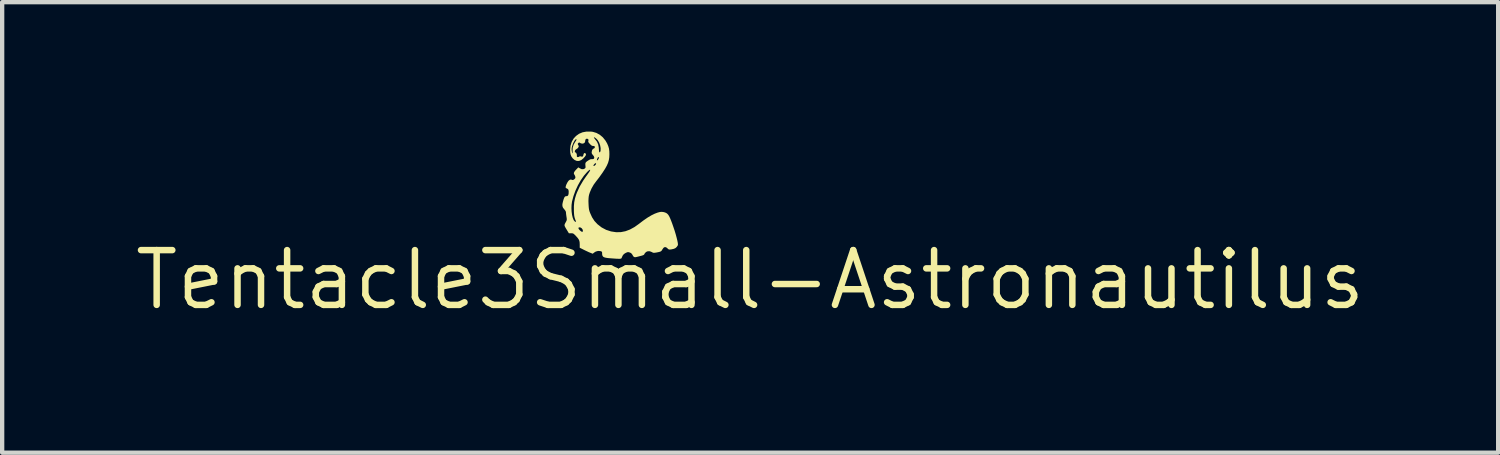
<source format=kicad_pcb>
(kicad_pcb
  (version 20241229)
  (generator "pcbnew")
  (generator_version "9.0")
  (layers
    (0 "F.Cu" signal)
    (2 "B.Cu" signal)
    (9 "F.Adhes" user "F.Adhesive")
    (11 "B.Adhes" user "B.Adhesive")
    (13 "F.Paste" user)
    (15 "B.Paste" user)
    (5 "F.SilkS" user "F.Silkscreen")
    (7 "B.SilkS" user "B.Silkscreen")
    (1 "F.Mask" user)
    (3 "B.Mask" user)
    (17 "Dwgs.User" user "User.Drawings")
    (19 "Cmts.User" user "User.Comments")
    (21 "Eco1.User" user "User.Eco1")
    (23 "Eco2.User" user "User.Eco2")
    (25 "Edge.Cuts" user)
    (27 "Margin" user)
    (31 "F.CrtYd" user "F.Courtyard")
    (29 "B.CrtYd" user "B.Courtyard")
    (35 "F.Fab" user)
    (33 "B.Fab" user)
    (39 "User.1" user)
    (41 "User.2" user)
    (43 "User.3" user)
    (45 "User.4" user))
  (footprint "Tentacle3Small-Astronautilus"
    (layer "F.Cu")
    (at 14.34 3.438)
    (property "Reference" "Tentacle3Small-Astronautilus" (at 0 0 0) (layer "F.SilkS") (effects (font (size 1.27 1.27) (thickness 0.15))))
    (attr board_only exclude_from_pos_files exclude_from_bom)
    (fp_poly (pts (xy -3.694 -3.438) (xy -3.648 -3.432) (xy -3.565 -3.407) (xy -3.486 -3.364) (xy -3.415 -3.304) (xy -3.355 -3.23) (xy -3.316 -3.163) (xy -3.29 -3.102) (xy -3.273 -3.044) (xy -3.265 -2.982) (xy -3.263 -2.913) (xy -3.266 -2.842) (xy -3.276 -2.777) (xy -3.294 -2.714) (xy -3.323 -2.648) (xy -3.363 -2.576) (xy -3.417 -2.493) (xy -3.419 -2.489) (xy -3.457 -2.436) (xy -3.498 -2.378) (xy -3.539 -2.325) (xy -3.564 -2.293) (xy -3.626 -2.209) (xy -3.678 -2.118) (xy -3.717 -2.027) (xy -3.735 -1.971) (xy -3.743 -1.929) (xy -3.747 -1.883) (xy -3.749 -1.827) (xy -3.747 -1.769) (xy -3.744 -1.709) (xy -3.74 -1.663) (xy -3.734 -1.625) (xy -3.724 -1.588) (xy -3.71 -1.55) (xy -3.665 -1.451) (xy -3.61 -1.366) (xy -3.54 -1.291) (xy -3.538 -1.289) (xy -3.444 -1.216) (xy -3.339 -1.16) (xy -3.225 -1.123) (xy -3.106 -1.105) (xy -3.105 -1.105) (xy -2.997 -1.107) (xy -2.891 -1.128) (xy -2.787 -1.167) (xy -2.681 -1.225) (xy -2.584 -1.294) (xy -2.476 -1.376) (xy -2.379 -1.443) (xy -2.292 -1.495) (xy -2.213 -1.534) (xy -2.141 -1.561) (xy -2.14 -1.561) (xy -2.09 -1.574) (xy -2.049 -1.577) (xy -2.008 -1.572) (xy -1.988 -1.567) (xy -1.955 -1.555) (xy -1.928 -1.539) (xy -1.903 -1.514) (xy -1.88 -1.48) (xy -1.857 -1.432) (xy -1.831 -1.368) (xy -1.81 -1.313) (xy -1.779 -1.224) (xy -1.75 -1.138) (xy -1.725 -1.055) (xy -1.705 -0.98) (xy -1.689 -0.915) (xy -1.678 -0.861) (xy -1.674 -0.823) (xy -1.677 -0.801) (xy -1.677 -0.801) (xy -1.702 -0.764) (xy -1.731 -0.737) (xy -1.769 -0.72) (xy -1.822 -0.708) (xy -1.841 -0.705) (xy -1.872 -0.703) (xy -1.893 -0.709) (xy -1.913 -0.727) (xy -1.917 -0.731) (xy -1.949 -0.756) (xy -1.98 -0.76) (xy -2.008 -0.744) (xy -2.035 -0.706) (xy -2.037 -0.702) (xy -2.051 -0.679) (xy -2.068 -0.663) (xy -2.092 -0.652) (xy -2.129 -0.643) (xy -2.168 -0.635) (xy -2.208 -0.629) (xy -2.234 -0.627) (xy -2.253 -0.631) (xy -2.272 -0.64) (xy -2.28 -0.645) (xy -2.326 -0.663) (xy -2.371 -0.664) (xy -2.411 -0.648) (xy -2.441 -0.618) (xy -2.448 -0.605) (xy -2.456 -0.59) (xy -2.467 -0.579) (xy -2.487 -0.57) (xy -2.518 -0.56) (xy -2.566 -0.548) (xy -2.573 -0.546) (xy -2.624 -0.533) (xy -2.659 -0.526) (xy -2.683 -0.527) (xy -2.699 -0.536) (xy -2.714 -0.554) (xy -2.731 -0.584) (xy -2.735 -0.591) (xy -2.761 -0.621) (xy -2.795 -0.636) (xy -2.822 -0.643) (xy -2.845 -0.642) (xy -2.872 -0.631) (xy -2.887 -0.624) (xy -2.925 -0.6) (xy -2.952 -0.569) (xy -2.973 -0.526) (xy -2.976 -0.516) (xy -2.981 -0.505) (xy -2.988 -0.497) (xy -2.999 -0.492) (xy -3.019 -0.489) (xy -3.048 -0.489) (xy -3.091 -0.49) (xy -3.15 -0.494) (xy -3.219 -0.499) (xy -3.292 -0.505) (xy -3.346 -0.513) (xy -3.385 -0.524) (xy -3.41 -0.539) (xy -3.424 -0.56) (xy -3.431 -0.588) (xy -3.432 -0.613) (xy -3.433 -0.641) (xy -3.442 -0.656) (xy -3.463 -0.664) (xy -3.472 -0.667) (xy -3.526 -0.671) (xy -3.58 -0.656) (xy -3.62 -0.631) (xy -3.649 -0.606) (xy -3.702 -0.627) (xy -3.735 -0.64) (xy -3.78 -0.661) (xy -3.829 -0.684) (xy -3.853 -0.696) (xy -3.951 -0.745) (xy -3.951 -0.82) (xy -3.953 -0.868) (xy -3.96 -0.906) (xy -3.975 -0.939) (xy -4 -0.974) (xy -4.038 -1.016) (xy -4.069 -1.048) (xy -4.091 -1.067) (xy -4.109 -1.077) (xy -4.13 -1.08) (xy -4.15 -1.08) (xy -4.202 -1.08) (xy -4.249 -1.157) (xy -4.274 -1.198) (xy -3.982 -1.198) (xy -3.969 -1.173) (xy -3.947 -1.148) (xy -3.916 -1.122) (xy -3.893 -1.113) (xy -3.88 -1.121) (xy -3.877 -1.137) (xy -3.886 -1.171) (xy -3.908 -1.199) (xy -3.938 -1.216) (xy -3.952 -1.218) (xy -3.976 -1.213) (xy -3.982 -1.198) (xy -4.274 -1.198) (xy -4.277 -1.203) (xy -4.295 -1.236) (xy -4.303 -1.26) (xy -4.302 -1.28) (xy -4.294 -1.302) (xy -4.279 -1.33) (xy -4.278 -1.331) (xy -4.261 -1.363) (xy -4.252 -1.387) (xy -4.251 -1.411) (xy -4.255 -1.445) (xy -4.257 -1.455) (xy -4.263 -1.497) (xy -4.268 -1.535) (xy -4.269 -1.557) (xy -4.274 -1.585) (xy -4.291 -1.614) (xy -4.311 -1.638) (xy -4.33 -1.662) (xy -4.143 -1.662) (xy -4.139 -1.583) (xy -4.129 -1.507) (xy -4.113 -1.44) (xy -4.092 -1.388) (xy -4.087 -1.38) (xy -4.07 -1.359) (xy -4.054 -1.347) (xy -4.041 -1.345) (xy -4.038 -1.355) (xy -4.041 -1.364) (xy -4.058 -1.406) (xy -4.07 -1.445) (xy -4.078 -1.484) (xy -4.083 -1.532) (xy -4.086 -1.593) (xy -4.086 -1.606) (xy -4.086 -1.708) (xy -4.079 -1.797) (xy -4.062 -1.883) (xy -4.035 -1.973) (xy -4.014 -2.028) (xy -3.952 -2.163) (xy -3.87 -2.302) (xy -3.806 -2.395) (xy -3.777 -2.435) (xy -3.751 -2.472) (xy -3.731 -2.501) (xy -3.725 -2.51) (xy -3.71 -2.539) (xy -3.709 -2.552) (xy -3.72 -2.551) (xy -3.743 -2.535) (xy -3.775 -2.505) (xy -3.779 -2.501) (xy -3.855 -2.413) (xy -3.927 -2.309) (xy -3.993 -2.192) (xy -4.05 -2.069) (xy -4.096 -1.942) (xy -4.129 -1.818) (xy -4.13 -1.813) (xy -4.14 -1.741) (xy -4.143 -1.662) (xy -4.33 -1.662) (xy -4.339 -1.674) (xy -4.352 -1.71) (xy -4.353 -1.753) (xy -4.342 -1.806) (xy -4.326 -1.863) (xy -4.312 -1.902) (xy -4.298 -1.925) (xy -4.283 -1.937) (xy -4.27 -1.939) (xy -4.238 -1.943) (xy -4.219 -1.96) (xy -4.21 -1.991) (xy -4.208 -2.009) (xy -4.207 -2.056) (xy -4.213 -2.087) (xy -4.227 -2.107) (xy -4.247 -2.117) (xy -4.27 -2.129) (xy -4.279 -2.143) (xy -4.279 -2.144) (xy -4.273 -2.176) (xy -4.258 -2.217) (xy -4.237 -2.258) (xy -4.215 -2.291) (xy -4.203 -2.304) (xy -4.177 -2.322) (xy -4.153 -2.326) (xy -4.123 -2.316) (xy -4.12 -2.315) (xy -4.1 -2.317) (xy -4.074 -2.335) (xy -4.055 -2.357) (xy -4.051 -2.379) (xy -4.053 -2.391) (xy -4.063 -2.419) (xy -4.074 -2.437) (xy -4.087 -2.462) (xy -4.084 -2.489) (xy -4.064 -2.523) (xy -4.036 -2.554) (xy -3.984 -2.608) (xy -3.948 -2.586) (xy -3.903 -2.566) (xy -3.863 -2.567) (xy -3.836 -2.58) (xy -3.822 -2.593) (xy -3.816 -2.608) (xy -3.817 -2.634) (xy -3.819 -2.651) (xy -3.633 -2.651) (xy -3.627 -2.639) (xy -3.612 -2.643) (xy -3.591 -2.661) (xy -3.574 -2.682) (xy -3.571 -2.696) (xy -3.577 -2.705) (xy -3.588 -2.703) (xy -3.606 -2.691) (xy -3.622 -2.673) (xy -3.632 -2.656) (xy -3.633 -2.651) (xy -3.819 -2.651) (xy -3.819 -2.653) (xy -3.821 -2.686) (xy -3.817 -2.711) (xy -3.803 -2.732) (xy -3.775 -2.754) (xy -3.742 -2.775) (xy -3.552 -2.775) (xy -3.551 -2.771) (xy -3.542 -2.771) (xy -3.529 -2.784) (xy -3.515 -2.804) (xy -3.507 -2.824) (xy -3.506 -2.831) (xy -3.511 -2.846) (xy -3.517 -2.849) (xy -3.528 -2.84) (xy -3.54 -2.819) (xy -3.55 -2.795) (xy -3.552 -2.775) (xy -3.742 -2.775) (xy -3.742 -2.776) (xy -3.701 -2.796) (xy -3.67 -2.799) (xy -3.638 -2.8) (xy -3.619 -2.814) (xy -3.614 -2.838) (xy -3.624 -2.867) (xy -3.644 -2.892) (xy -3.668 -2.922) (xy -3.675 -2.956) (xy -3.666 -3) (xy -3.664 -3.006) (xy -3.646 -3.034) (xy -3.627 -3.044) (xy -3.606 -3.057) (xy -3.601 -3.077) (xy -3.604 -3.095) (xy -3.617 -3.102) (xy -3.637 -3.104) (xy -3.662 -3.107) (xy -3.684 -3.12) (xy -3.712 -3.146) (xy -3.716 -3.151) (xy -3.741 -3.179) (xy -3.752 -3.198) (xy -3.753 -3.214) (xy -3.75 -3.224) (xy -3.748 -3.251) (xy -3.763 -3.268) (xy -3.788 -3.273) (xy -3.81 -3.265) (xy -3.822 -3.239) (xy -3.824 -3.215) (xy -3.833 -3.185) (xy -3.856 -3.166) (xy -3.887 -3.158) (xy -3.922 -3.164) (xy -3.939 -3.173) (xy -3.958 -3.184) (xy -3.971 -3.182) (xy -3.982 -3.173) (xy -3.995 -3.159) (xy -3.995 -3.145) (xy -3.985 -3.125) (xy -3.974 -3.103) (xy -3.976 -3.086) (xy -3.987 -3.066) (xy -4.007 -3.044) (xy -4.027 -3.032) (xy -4.045 -3.02) (xy -4.059 -3.001) (xy -4.065 -2.979) (xy -4.063 -2.962) (xy -4.051 -2.955) (xy -4.036 -2.946) (xy -4.024 -2.924) (xy -4.017 -2.897) (xy -4.018 -2.879) (xy -4.017 -2.856) (xy -4.001 -2.846) (xy -3.978 -2.849) (xy -3.968 -2.855) (xy -3.944 -2.866) (xy -3.923 -2.862) (xy -3.919 -2.86) (xy -3.893 -2.855) (xy -3.874 -2.868) (xy -3.866 -2.896) (xy -3.866 -2.897) (xy -3.859 -2.922) (xy -3.85 -2.934) (xy -3.834 -2.942) (xy -3.818 -2.933) (xy -3.817 -2.932) (xy -3.806 -2.913) (xy -3.81 -2.889) (xy -3.829 -2.859) (xy -3.865 -2.819) (xy -3.865 -2.818) (xy -3.916 -2.777) (xy -3.968 -2.757) (xy -4.02 -2.758) (xy -4.07 -2.779) (xy -4.113 -2.817) (xy -4.142 -2.856) (xy -4.161 -2.9) (xy -4.171 -2.953) (xy -4.173 -3.015) (xy -4.173 -3.019) (xy -4.139 -3.019) (xy -4.135 -2.985) (xy -4.128 -2.955) (xy -4.12 -2.937) (xy -4.115 -2.934) (xy -4.114 -2.944) (xy -4.115 -2.968) (xy -4.117 -2.991) (xy -4.114 -3.062) (xy -4.092 -3.135) (xy -4.056 -3.198) (xy -4.033 -3.233) (xy -4.025 -3.255) (xy -4.033 -3.262) (xy -4.034 -3.262) (xy -4.051 -3.253) (xy -4.071 -3.228) (xy -4.092 -3.191) (xy -4.111 -3.147) (xy -4.127 -3.102) (xy -4.137 -3.059) (xy -4.138 -3.052) (xy -4.139 -3.019) (xy -4.173 -3.019) (xy -4.164 -3.112) (xy -4.137 -3.199) (xy -4.094 -3.274) (xy -4.069 -3.302) (xy -3.623 -3.302) (xy -3.617 -3.288) (xy -3.598 -3.263) (xy -3.551 -3.202) (xy -3.523 -3.139) (xy -3.51 -3.067) (xy -3.509 -3.056) (xy -3.506 -3.017) (xy -3.503 -2.986) (xy -3.5 -2.969) (xy -3.5 -2.968) (xy -3.491 -2.955) (xy -3.48 -2.961) (xy -3.471 -2.982) (xy -3.468 -2.992) (xy -3.466 -3.053) (xy -3.478 -3.119) (xy -3.501 -3.183) (xy -3.535 -3.24) (xy -3.563 -3.27) (xy -3.593 -3.294) (xy -3.614 -3.305) (xy -3.623 -3.302) (xy -4.069 -3.302) (xy -4.036 -3.337) (xy -3.966 -3.387) (xy -3.885 -3.421) (xy -3.793 -3.438)) (stroke (width 0) (type solid)) (fill yes) (layer "F.SilkS")))
  (gr_rect
    (start -3 -3)
    (end 31.68 7.444)
    (stroke (width 0.1) (type default))
    (fill no)
    (layer "Edge.Cuts")))
</source>
